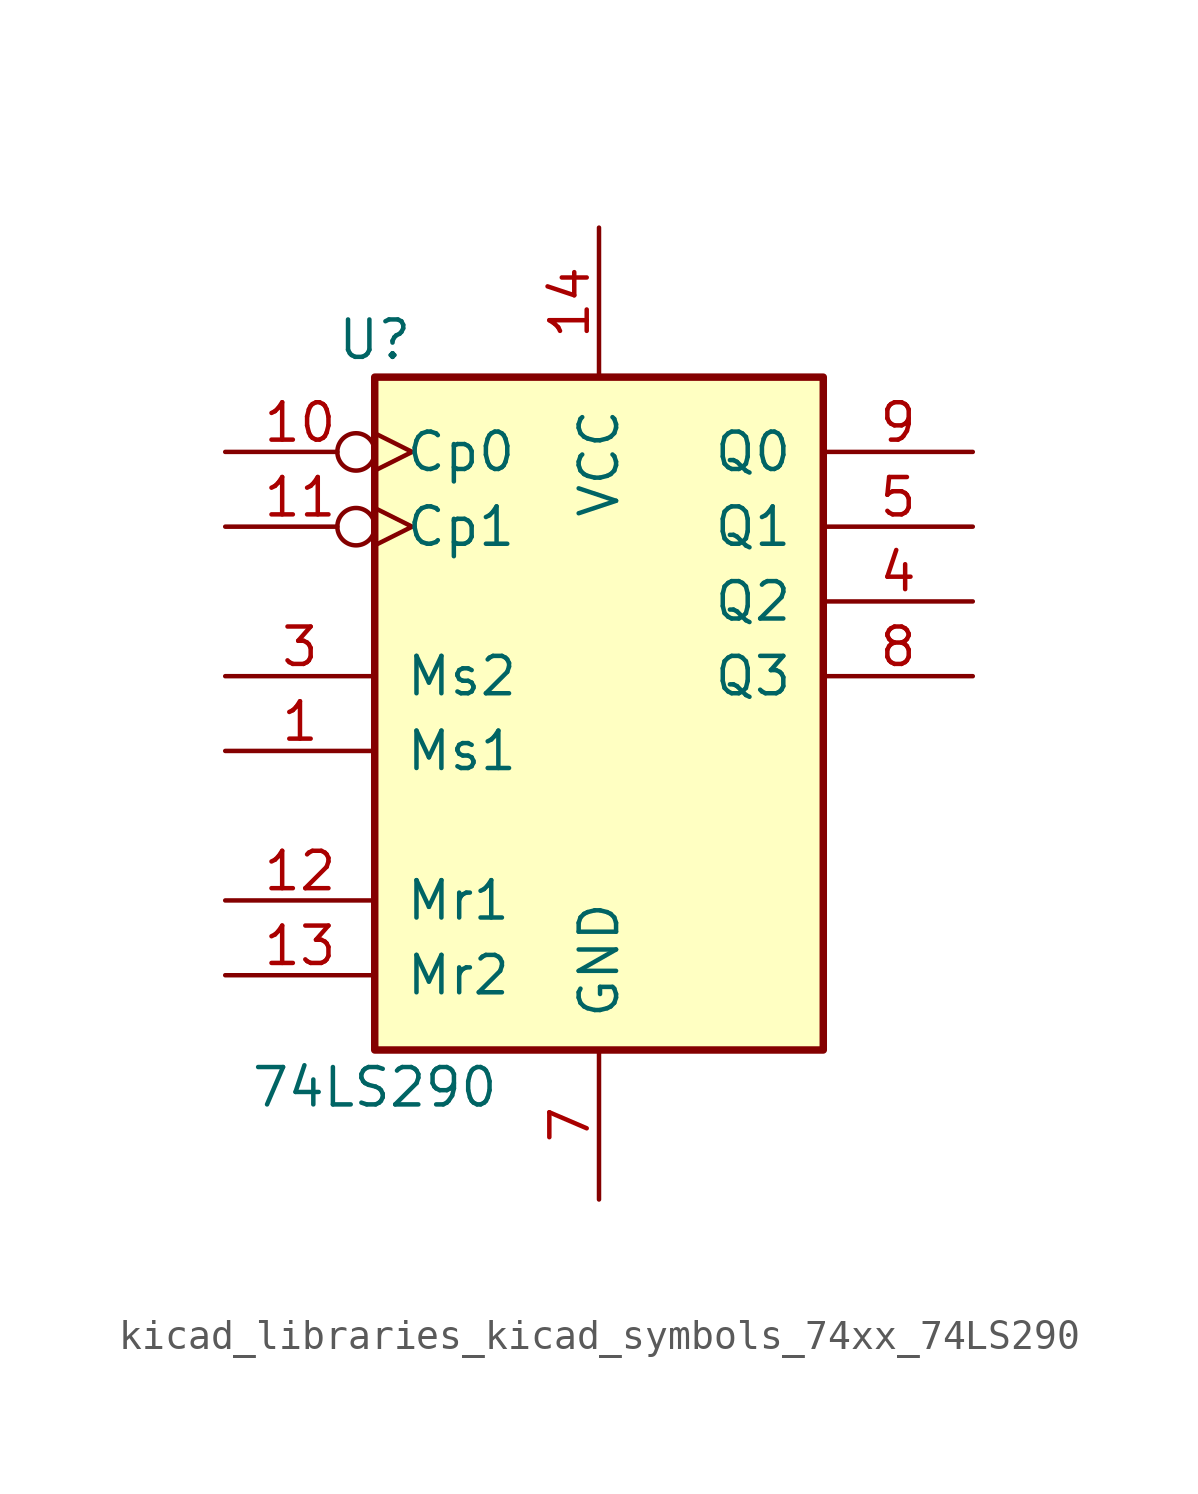
<source format=kicad_sym>
(kicad_symbol_lib
  (version 20220914)
  (generator kicad_symbol_editor)
  (symbol "kicad_libraries_kicad_symbols_74xx_74LS290"
    (pin_names
      (offset 1.016))
    (property "Reference" "U"
      (at -7.62 11.43 0)
      (effects (font (size 1.27 1.27))))
    (property "Value" "74LS290"
      (at -7.62 -13.97 0)
      (effects (font (size 1.27 1.27))))
    (property "ki_locked" ""
      (at 0 0 0)
      (effects (font (size 1.27 1.27))))
    (symbol "kicad_libraries_kicad_symbols_74xx_74LS290_1_0"
      (pin input line (at -12.7 -2.54 0) (length 5.08) (name "Ms1" (effects (font (size 1.27 1.27)))) (number "1" (effects (font (size 1.27 1.27)))))
      (pin input inverted_clock (at -12.7 7.62 0) (length 5.08) (name "Cp0" (effects (font (size 1.27 1.27)))) (number "10" (effects (font (size 1.27 1.27)))))
      (pin input inverted_clock (at -12.7 5.08 0) (length 5.08) (name "Cp1" (effects (font (size 1.27 1.27)))) (number "11" (effects (font (size 1.27 1.27)))))
      (pin input line (at -12.7 -7.62 0) (length 5.08) (name "Mr1" (effects (font (size 1.27 1.27)))) (number "12" (effects (font (size 1.27 1.27)))))
      (pin input line (at -12.7 -10.16 0) (length 5.08) (name "Mr2" (effects (font (size 1.27 1.27)))) (number "13" (effects (font (size 1.27 1.27)))))
      (pin power_in line (at 0 15.24 270) (length 5.08) (name "VCC" (effects (font (size 1.27 1.27)))) (number "14" (effects (font (size 1.27 1.27)))))
      (pin input line (at -12.7 0 0) (length 5.08) (name "Ms2" (effects (font (size 1.27 1.27)))) (number "3" (effects (font (size 1.27 1.27)))))
      (pin output line (at 12.7 2.54 180) (length 5.08) (name "Q2" (effects (font (size 1.27 1.27)))) (number "4" (effects (font (size 1.27 1.27)))))
      (pin output line (at 12.7 5.08 180) (length 5.08) (name "Q1" (effects (font (size 1.27 1.27)))) (number "5" (effects (font (size 1.27 1.27)))))
      (pin power_in line (at 0 -17.78 90) (length 5.08) (name "GND" (effects (font (size 1.27 1.27)))) (number "7" (effects (font (size 1.27 1.27)))))
      (pin output line (at 12.7 0 180) (length 5.08) (name "Q3" (effects (font (size 1.27 1.27)))) (number "8" (effects (font (size 1.27 1.27)))))
      (pin output line (at 12.7 7.62 180) (length 5.08) (name "Q0" (effects (font (size 1.27 1.27)))) (number "9" (effects (font (size 1.27 1.27))))))
    (symbol "kicad_libraries_kicad_symbols_74xx_74LS290_1_1"
      (rectangle (start -7.62 10.16) (end 7.62 -12.7) (stroke (width 0.254) (type default)) (fill (type background))))))
</source>
